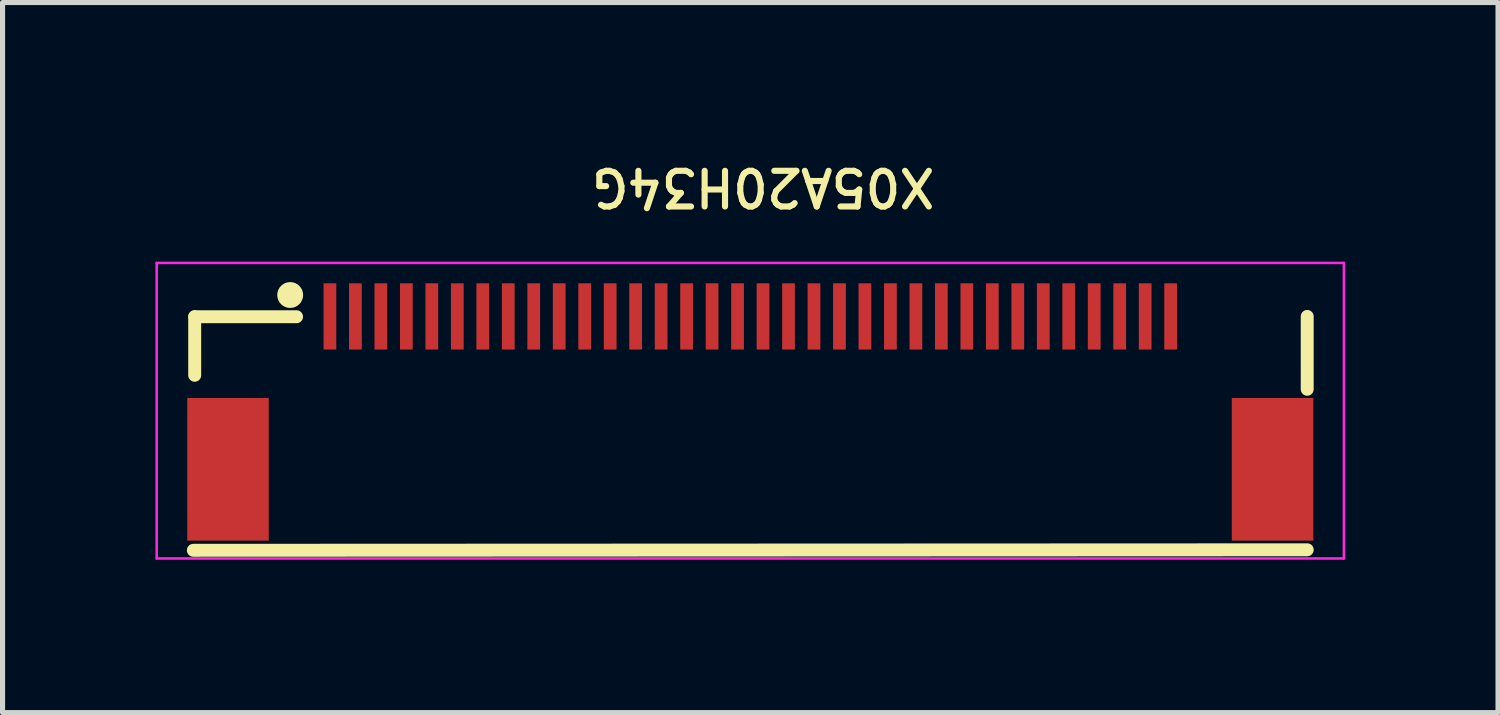
<source format=kicad_pcb>
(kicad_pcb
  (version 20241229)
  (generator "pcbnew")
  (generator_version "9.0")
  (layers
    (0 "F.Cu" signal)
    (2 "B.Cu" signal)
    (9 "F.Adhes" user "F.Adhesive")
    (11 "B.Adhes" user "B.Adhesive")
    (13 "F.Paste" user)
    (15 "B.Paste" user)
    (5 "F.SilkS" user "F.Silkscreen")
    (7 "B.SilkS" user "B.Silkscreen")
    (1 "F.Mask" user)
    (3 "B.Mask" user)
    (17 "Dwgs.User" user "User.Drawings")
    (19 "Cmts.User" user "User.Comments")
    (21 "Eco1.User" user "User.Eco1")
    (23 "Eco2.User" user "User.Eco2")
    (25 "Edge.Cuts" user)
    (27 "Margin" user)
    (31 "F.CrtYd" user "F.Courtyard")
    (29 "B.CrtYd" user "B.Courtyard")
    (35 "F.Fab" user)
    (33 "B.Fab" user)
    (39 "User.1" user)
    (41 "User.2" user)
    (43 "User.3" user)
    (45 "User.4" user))
  (footprint "X05A20H34G"
    (layer "F.Cu")
    (at 11.675 3.16)
    (property "Reference" "X05A20H34G" (at 0.254 -2.54 180) (unlocked yes) (layer "F.SilkS") (effects (font (size 0.7 0.7) (thickness 0.12))))
    (attr smd)
    (fp_line (start -10.93 4.59) (end 10.93 4.58) (stroke (width 0.254) (type solid)) (layer "F.SilkS"))
    (fp_line (start -10.904 0.006) (end -8.905 0.006) (stroke (width 0.254) (type solid)) (layer "F.SilkS"))
    (fp_line (start -10.904 1.155) (end -10.904 0.006) (stroke (width 0.254) (type solid)) (layer "F.SilkS"))
    (fp_line (start 10.93 1.43) (end 10.93 0) (stroke (width 0.254) (type solid)) (layer "F.SilkS"))
    (fp_circle (center -9.03 -0.42) (end -8.903 -0.42) (stroke (width 0.254) (type solid)) (fill no) (layer "F.SilkS"))
    (fp_line (start -11.65 -1.05) (end -11.65 4.75) (stroke (width 0.05) (type solid)) (layer "F.CrtYd"))
    (fp_line (start -11.65 -1.05) (end 11.65 -1.05) (stroke (width 0.05) (type solid)) (layer "F.CrtYd"))
    (fp_line (start -11.65 4.75) (end 11.65 4.75) (stroke (width 0.05) (type solid)) (layer "F.CrtYd"))
    (fp_line (start 11.65 -1.05) (end 11.65 4.75) (stroke (width 0.05) (type solid)) (layer "F.CrtYd"))
    (pad "1" smd rect (at -8.25 0) (size 0.25 1.3) (layers "F.Cu" "F.Mask" "F.Paste"))
    (pad "2" smd rect (at -7.75 0) (size 0.25 1.3) (layers "F.Cu" "F.Mask" "F.Paste"))
    (pad "3" smd rect (at -7.25 0) (size 0.25 1.3) (layers "F.Cu" "F.Mask" "F.Paste"))
    (pad "4" smd rect (at -6.75 0) (size 0.25 1.3) (layers "F.Cu" "F.Mask" "F.Paste"))
    (pad "5" smd rect (at -6.25 0) (size 0.25 1.3) (layers "F.Cu" "F.Mask" "F.Paste"))
    (pad "6" smd rect (at -5.75 0) (size 0.25 1.3) (layers "F.Cu" "F.Mask" "F.Paste"))
    (pad "7" smd rect (at -5.25 0) (size 0.25 1.3) (layers "F.Cu" "F.Mask" "F.Paste"))
    (pad "8" smd rect (at -4.75 0) (size 0.25 1.3) (layers "F.Cu" "F.Mask" "F.Paste"))
    (pad "9" smd rect (at -4.25 0) (size 0.25 1.3) (layers "F.Cu" "F.Mask" "F.Paste"))
    (pad "10" smd rect (at -3.75 0) (size 0.25 1.3) (layers "F.Cu" "F.Mask" "F.Paste"))
    (pad "11" smd rect (at -3.25 0) (size 0.25 1.3) (layers "F.Cu" "F.Mask" "F.Paste"))
    (pad "12" smd rect (at -2.75 0) (size 0.25 1.3) (layers "F.Cu" "F.Mask" "F.Paste"))
    (pad "13" smd rect (at -2.25 0) (size 0.25 1.3) (layers "F.Cu" "F.Mask" "F.Paste"))
    (pad "14" smd rect (at -1.75 0) (size 0.25 1.3) (layers "F.Cu" "F.Mask" "F.Paste"))
    (pad "15" smd rect (at -1.25 0) (size 0.25 1.3) (layers "F.Cu" "F.Mask" "F.Paste"))
    (pad "16" smd rect (at -0.75 0) (size 0.25 1.3) (layers "F.Cu" "F.Mask" "F.Paste"))
    (pad "17" smd rect (at -0.25 0) (size 0.25 1.3) (layers "F.Cu" "F.Mask" "F.Paste"))
    (pad "18" smd rect (at 0.25 0) (size 0.25 1.3) (layers "F.Cu" "F.Mask" "F.Paste"))
    (pad "19" smd rect (at 0.75 0) (size 0.25 1.3) (layers "F.Cu" "F.Mask" "F.Paste"))
    (pad "20" smd rect (at 1.25 0) (size 0.25 1.3) (layers "F.Cu" "F.Mask" "F.Paste"))
    (pad "21" smd rect (at 1.75 0) (size 0.25 1.3) (layers "F.Cu" "F.Mask" "F.Paste"))
    (pad "22" smd rect (at 2.25 0) (size 0.25 1.3) (layers "F.Cu" "F.Mask" "F.Paste"))
    (pad "23" smd rect (at 2.75 0) (size 0.25 1.3) (layers "F.Cu" "F.Mask" "F.Paste"))
    (pad "24" smd rect (at 3.25 0) (size 0.25 1.3) (layers "F.Cu" "F.Mask" "F.Paste"))
    (pad "25" smd rect (at 3.75 0) (size 0.25 1.3) (layers "F.Cu" "F.Mask" "F.Paste"))
    (pad "26" smd rect (at 4.25 0) (size 0.25 1.3) (layers "F.Cu" "F.Mask" "F.Paste"))
    (pad "27" smd rect (at 4.75 0) (size 0.25 1.3) (layers "F.Cu" "F.Mask" "F.Paste"))
    (pad "28" smd rect (at 5.25 0) (size 0.25 1.3) (layers "F.Cu" "F.Mask" "F.Paste"))
    (pad "29" smd rect (at 5.75 0) (size 0.25 1.3) (layers "F.Cu" "F.Mask" "F.Paste"))
    (pad "30" smd rect (at 6.25 0) (size 0.25 1.3) (layers "F.Cu" "F.Mask" "F.Paste"))
    (pad "31" smd rect (at 6.75 0) (size 0.25 1.3) (layers "F.Cu" "F.Mask" "F.Paste"))
    (pad "32" smd rect (at 7.25 0) (size 0.25 1.3) (layers "F.Cu" "F.Mask" "F.Paste"))
    (pad "33" smd rect (at 7.75 0) (size 0.25 1.3) (layers "F.Cu" "F.Mask" "F.Paste"))
    (pad "34" smd rect (at 8.25 0) (size 0.25 1.3) (layers "F.Cu" "F.Mask" "F.Paste"))
    (pad "35" smd rect (at 10.25 3) (size 1.6 2.8) (layers "F.Cu" "F.Mask" "F.Paste"))
    (pad "36" smd rect (at -10.25 3) (size 1.6 2.8) (layers "F.Cu" "F.Mask" "F.Paste")))
  (gr_rect
    (start -3 -3)
    (end 26.35 10.935)
    (stroke (width 0.1) (type default))
    (fill no)
    (layer "Edge.Cuts")))
</source>
